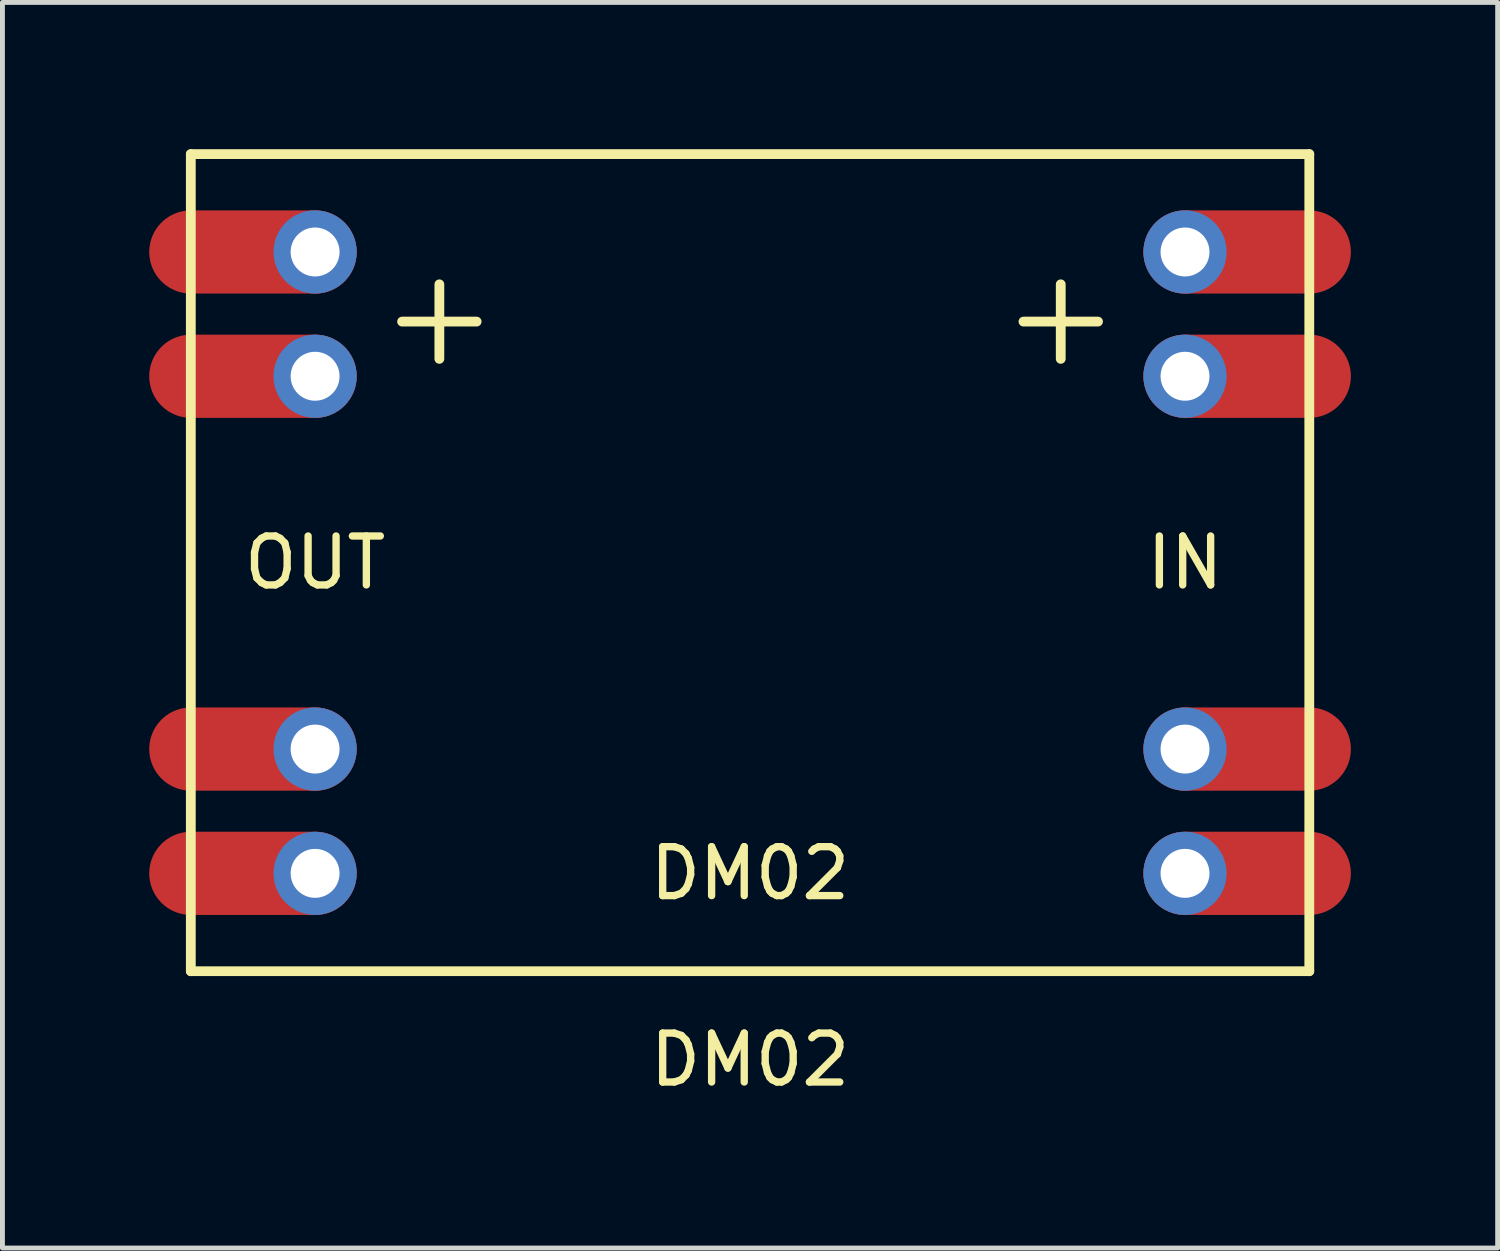
<source format=kicad_pcb>
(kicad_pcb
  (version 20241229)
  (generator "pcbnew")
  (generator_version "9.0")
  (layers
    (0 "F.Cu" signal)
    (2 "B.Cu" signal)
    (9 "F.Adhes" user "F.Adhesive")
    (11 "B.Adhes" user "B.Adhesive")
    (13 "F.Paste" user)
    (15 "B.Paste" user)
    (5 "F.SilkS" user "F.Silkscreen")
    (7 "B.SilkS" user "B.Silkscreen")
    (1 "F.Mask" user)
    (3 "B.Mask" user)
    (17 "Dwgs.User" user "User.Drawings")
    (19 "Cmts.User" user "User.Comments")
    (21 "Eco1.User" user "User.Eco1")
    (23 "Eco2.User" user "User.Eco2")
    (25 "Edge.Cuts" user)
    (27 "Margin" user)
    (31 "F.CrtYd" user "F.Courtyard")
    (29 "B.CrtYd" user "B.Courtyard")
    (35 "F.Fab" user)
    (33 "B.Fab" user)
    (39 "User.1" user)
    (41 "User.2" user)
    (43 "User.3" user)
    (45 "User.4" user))
  (footprint "DM02"
    (layer "F.Cu")
    (at 3.39 2.1)
    (property "Reference" "DM02" (at 8.89 16.51 0) (layer "F.SilkS") (effects (font (size 1 1) (thickness 0.15))))
    (attr through_hole)
    (fp_line (start -2.54 -2) (end -2.54 14.7) (stroke (width 0.2) (type solid)) (layer "F.SilkS"))
    (fp_line (start -2.54 14.7) (end 20.32 14.7) (stroke (width 0.2) (type solid)) (layer "F.SilkS"))
    (fp_line (start 20.32 -2) (end -2.54 -2) (stroke (width 0.2) (type solid)) (layer "F.SilkS"))
    (fp_line (start 20.32 14.7) (end 20.32 -2) (stroke (width 0.2) (type solid)) (layer "F.SilkS"))
    (fp_text user "+" (at 2.54 1.27 0) (layer "F.SilkS") (effects (font (size 2 2) (thickness 0.2))))
    (fp_text user "+" (at 15.24 1.27 0) (layer "F.SilkS") (effects (font (size 2 2) (thickness 0.2))))
    (fp_text user "DM02" (at 8.89 12.7 0) (layer "F.SilkS") (effects (font (size 1 1) (thickness 0.15))))
    (fp_text user "OUT" (at 0 6.35 0) (layer "F.SilkS") (effects (font (size 1 1) (thickness 0.15))))
    (fp_text user "IN" (at 17.78 6.35 0) (layer "F.SilkS") (effects (font (size 1 1) (thickness 0.15))))
    (pad "1" thru_hole circle (at 0 0) (size 1.7 1.7) (drill 1) (layers "*.Cu" "*.Mask"))
    (pad "1" connect oval (at 0 0) (size 4.24 1.7) (drill (offset -1.27 0)) (layers "F.Cu" "F.Mask"))
    (pad "1" thru_hole circle (at 0 2.54) (size 1.7 1.7) (drill 1) (layers "*.Cu" "*.Mask"))
    (pad "1" connect oval (at 0 2.54) (size 4.24 1.7) (drill (offset -1.27 0)) (layers "F.Cu" "F.Mask"))
    (pad "2" thru_hole circle (at 0 10.16) (size 1.7 1.7) (drill 1) (layers "*.Cu" "*.Mask"))
    (pad "2" connect oval (at 0 10.16) (size 4.24 1.7) (drill (offset -1.27 0)) (layers "F.Cu" "F.Mask"))
    (pad "2" thru_hole circle (at 0 12.7) (size 1.7 1.7) (drill 1) (layers "*.Cu" "*.Mask"))
    (pad "2" connect oval (at 0 12.7) (size 4.24 1.7) (drill (offset -1.27 0)) (layers "F.Cu" "F.Mask"))
    (pad "3" thru_hole circle (at 17.78 10.16 180) (size 1.7 1.7) (drill 1) (layers "*.Cu" "*.Mask"))
    (pad "3" connect oval (at 17.78 10.16 180) (size 4.24 1.7) (drill (offset -1.27 0)) (layers "F.Cu" "F.Mask"))
    (pad "3" thru_hole circle (at 17.78 12.7 180) (size 1.7 1.7) (drill 1) (layers "*.Cu" "*.Mask"))
    (pad "3" connect oval (at 17.78 12.7 180) (size 4.24 1.7) (drill (offset -1.27 0)) (layers "F.Cu" "F.Mask"))
    (pad "4" thru_hole circle (at 17.78 0 180) (size 1.7 1.7) (drill 1) (layers "*.Cu" "*.Mask"))
    (pad "4" connect oval (at 17.78 0 180) (size 4.24 1.7) (drill (offset -1.27 0)) (layers "F.Cu" "F.Mask"))
    (pad "4" thru_hole circle (at 17.78 2.54 180) (size 1.7 1.7) (drill 1) (layers "*.Cu" "*.Mask"))
    (pad "4" connect oval (at 17.78 2.54 180) (size 4.24 1.7) (drill (offset -1.27 0)) (layers "F.Cu" "F.Mask")))
  (gr_rect
    (start -3 -3)
    (end 27.56 22.458)
    (stroke (width 0.1) (type default))
    (fill no)
    (layer "Edge.Cuts")))
</source>
